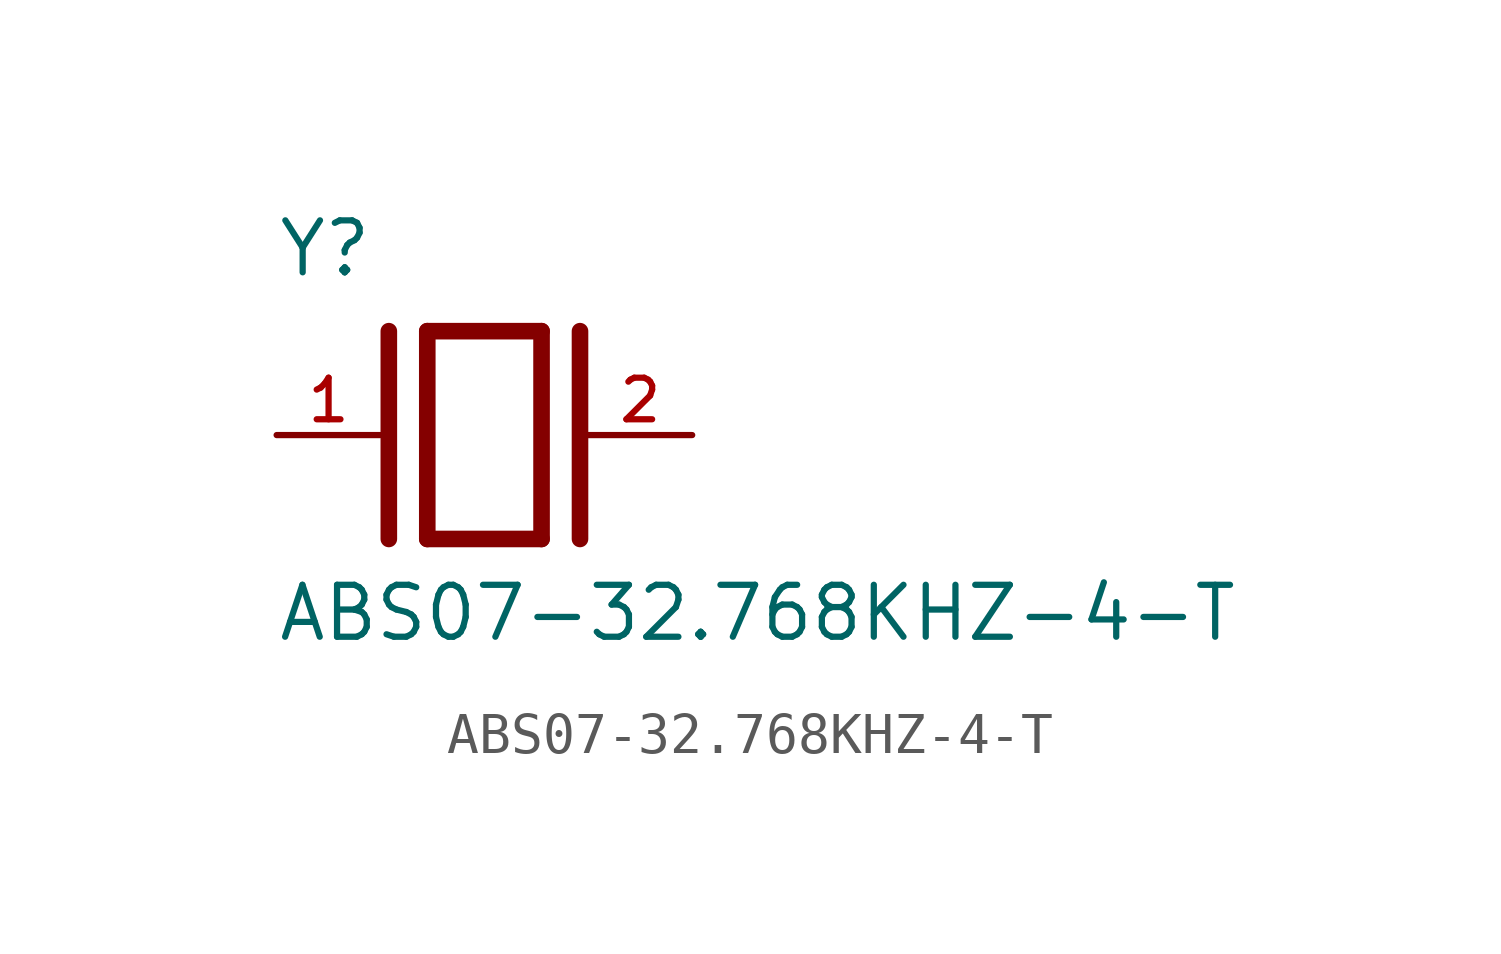
<source format=kicad_sym>
(kicad_symbol_lib
  (version 20211014)
  (generator kicad_symbol_editor)
  (symbol "ABS07-32.768KHZ-4-T"
    (pin_names
      (offset 1.016))
    (property "Reference" "Y"
      (at -5.088 3.816 0)
      (effects (font (size 1.27 1.27)) (justify bottom left)))
    (property "Value" "ABS07-32.768KHZ-4-T"
      (at -5.094 -5.094 0)
      (effects (font (size 1.27 1.27)) (justify bottom left)))
    (symbol "ABS07-32.768KHZ-4-T_0_0"
      (polyline (pts (xy -1.397 2.54) (xy 1.397 2.54)) (stroke (width 0.406)))
      (polyline (pts (xy 1.397 2.54) (xy 1.397 -2.54)) (stroke (width 0.406)))
      (polyline (pts (xy 1.397 -2.54) (xy -1.397 -2.54)) (stroke (width 0.406)))
      (polyline (pts (xy -1.397 2.54) (xy -1.397 -2.54)) (stroke (width 0.406)))
      (polyline (pts (xy 2.337 2.54) (xy 2.337 -2.54)) (stroke (width 0.406)))
      (polyline (pts (xy -2.337 2.54) (xy -2.337 -2.54)) (stroke (width 0.406)))
      (pin passive line (at 5.08 0.0 180.0) (length 2.54) (name "~" (effects (font (size 1.016 1.016)))) (number "2" (effects (font (size 1.016 1.016)))))
      (pin passive line (at -5.08 0.0 0) (length 2.54) (name "~" (effects (font (size 1.016 1.016)))) (number "1" (effects (font (size 1.016 1.016))))))))
</source>
